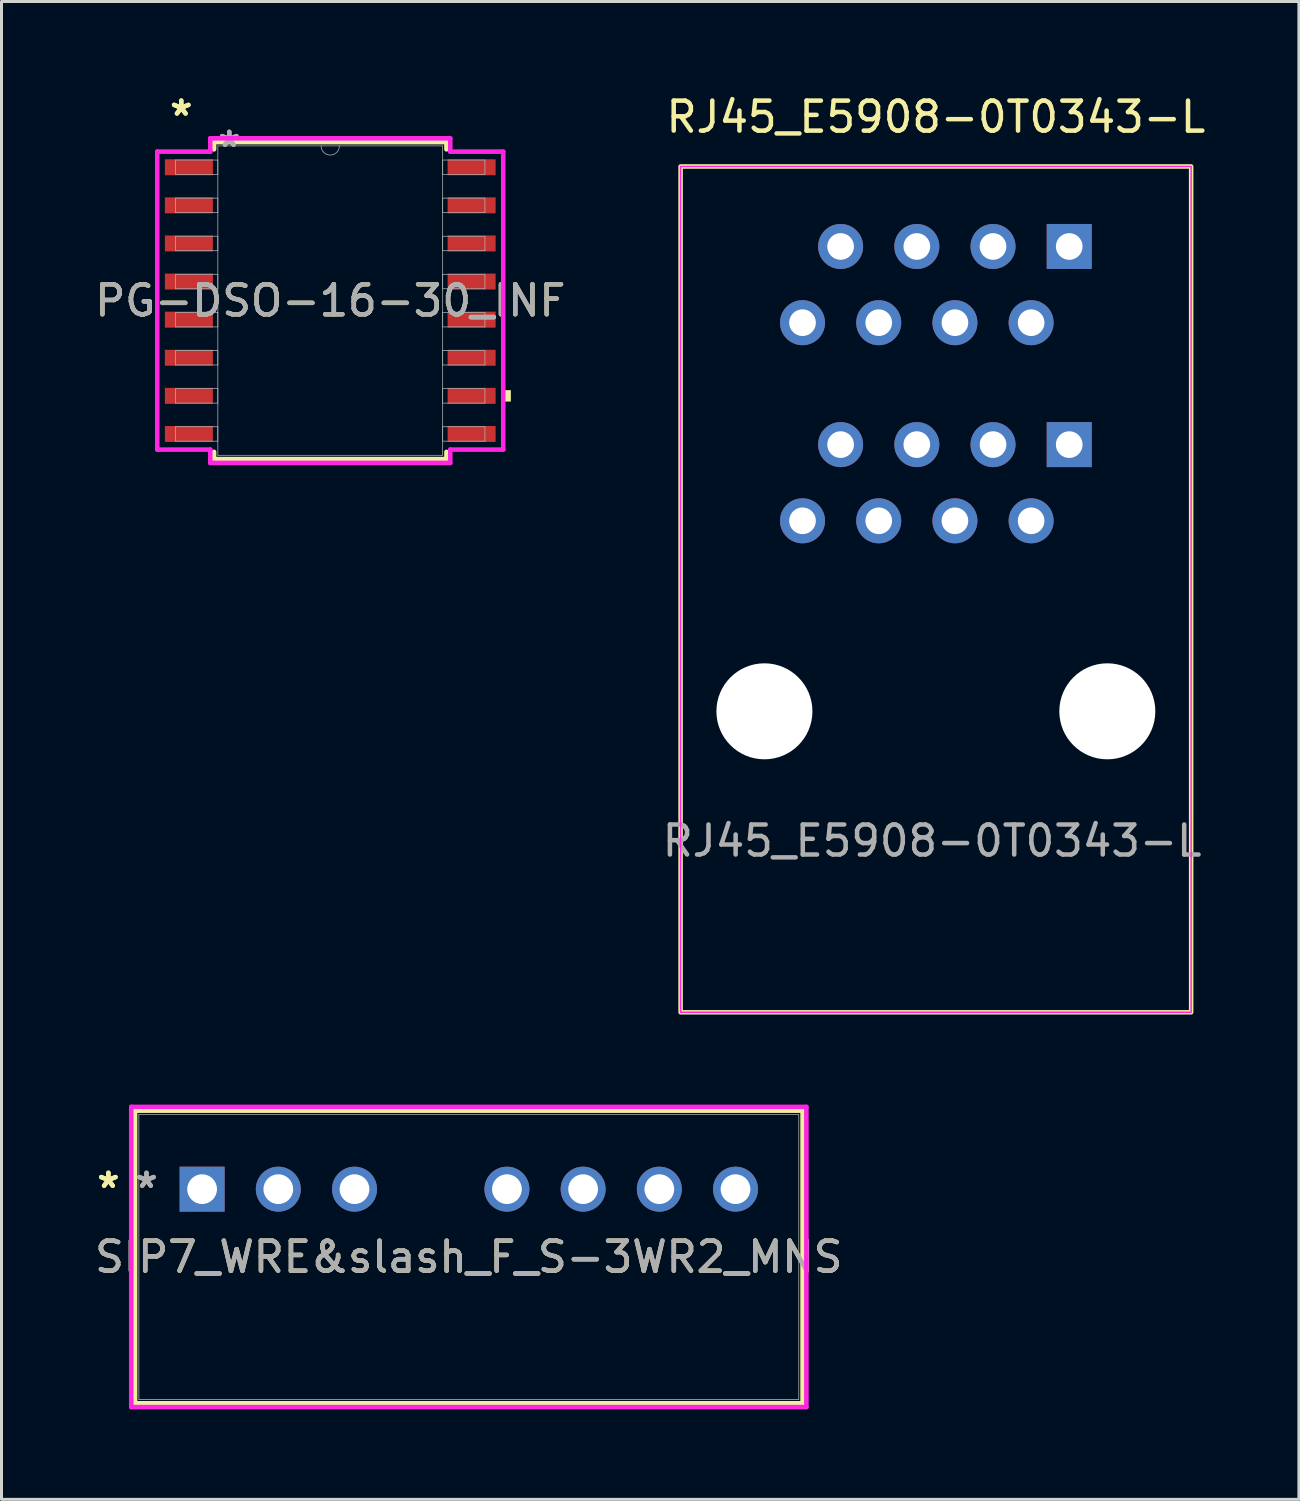
<source format=kicad_pcb>
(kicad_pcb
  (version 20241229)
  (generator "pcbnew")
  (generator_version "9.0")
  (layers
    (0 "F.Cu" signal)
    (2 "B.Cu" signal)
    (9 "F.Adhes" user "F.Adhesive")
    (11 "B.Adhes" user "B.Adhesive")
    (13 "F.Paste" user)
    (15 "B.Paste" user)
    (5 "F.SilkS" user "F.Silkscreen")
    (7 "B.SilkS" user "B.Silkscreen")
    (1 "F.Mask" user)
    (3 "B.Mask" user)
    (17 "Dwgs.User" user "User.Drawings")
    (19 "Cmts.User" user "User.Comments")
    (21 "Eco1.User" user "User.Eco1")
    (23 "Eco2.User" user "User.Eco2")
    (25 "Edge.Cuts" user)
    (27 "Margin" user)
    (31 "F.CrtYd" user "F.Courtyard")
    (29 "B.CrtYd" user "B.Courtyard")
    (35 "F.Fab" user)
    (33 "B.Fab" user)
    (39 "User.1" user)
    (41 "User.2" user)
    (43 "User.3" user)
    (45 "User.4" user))
  (footprint "RJ45_E5908-0T0343-L"
    (layer "F.Cu")
    (at 28.145 20.66)
    (property "Reference" "RJ45_E5908-0T0343-L" (at 0 -19.812 0) (layer "F.SilkS") (effects (font (size 1 1) (thickness 0.15))))
    (attr through_hole)
    (fp_rect (start -8.509 -18.161) (end 8.509 10.033) (stroke (width 0.15) (type default)) (fill no) (layer "F.SilkS"))
    (fp_rect (start -8.509 -18.161) (end 8.509 10.033) (stroke (width 0.05) (type default)) (fill no) (layer "F.CrtYd"))
    (fp_text user "${REFERENCE}" (at -0.127 4.318 0) (layer "F.Fab") (effects (font (size 1 1) (thickness 0.15))))
    (pad "" np_thru_hole circle (at -5.715 0) (size 3.2 3.2) (drill 3.2) (layers "*.Cu" "*.Mask"))
    (pad "" np_thru_hole circle (at 5.715 0) (size 3.2 3.2) (drill 3.2) (layers "*.Cu" "*.Mask"))
    (pad "1" thru_hole circle (at -4.445 -12.954) (size 1.5 1.5) (drill 0.89) (layers "*.Cu" "*.Mask"))
    (pad "1" thru_hole circle (at -4.445 -6.35) (size 1.5 1.5) (drill 0.89) (layers "*.Cu" "*.Mask"))
    (pad "2" thru_hole circle (at -3.175 -15.494) (size 1.5 1.5) (drill 0.89) (layers "*.Cu" "*.Mask"))
    (pad "2" thru_hole circle (at -3.175 -8.89) (size 1.5 1.5) (drill 0.89) (layers "*.Cu" "*.Mask"))
    (pad "3" thru_hole circle (at -1.905 -12.954) (size 1.5 1.5) (drill 0.89) (layers "*.Cu" "*.Mask"))
    (pad "3" thru_hole circle (at -1.905 -6.35) (size 1.5 1.5) (drill 0.89) (layers "*.Cu" "*.Mask"))
    (pad "4" thru_hole circle (at -0.635 -15.494) (size 1.5 1.5) (drill 0.89) (layers "*.Cu" "*.Mask"))
    (pad "4" thru_hole circle (at -0.635 -8.89) (size 1.5 1.5) (drill 0.89) (layers "*.Cu" "*.Mask"))
    (pad "5" thru_hole circle (at 0.635 -12.954) (size 1.5 1.5) (drill 0.89) (layers "*.Cu" "*.Mask"))
    (pad "5" thru_hole circle (at 0.635 -6.35) (size 1.5 1.5) (drill 0.89) (layers "*.Cu" "*.Mask"))
    (pad "6" thru_hole circle (at 1.905 -15.494) (size 1.5 1.5) (drill 0.89) (layers "*.Cu" "*.Mask"))
    (pad "6" thru_hole circle (at 1.905 -8.89) (size 1.5 1.5) (drill 0.89) (layers "*.Cu" "*.Mask"))
    (pad "7" thru_hole circle (at 3.175 -12.954) (size 1.5 1.5) (drill 0.89) (layers "*.Cu" "*.Mask"))
    (pad "7" thru_hole circle (at 3.175 -6.35) (size 1.5 1.5) (drill 0.89) (layers "*.Cu" "*.Mask"))
    (pad "8" thru_hole rect (at 4.445 -15.494) (size 1.5 1.5) (drill 0.89) (layers "*.Cu" "*.Mask"))
    (pad "8" thru_hole rect (at 4.445 -8.89) (size 1.5 1.5) (drill 0.89) (layers "*.Cu" "*.Mask")))
  (footprint "PG-DSO-16-30_INF"
    (layer "F.Cu")
    (at 7.958 6.97)
    (property "Reference" "PG-DSO-16-30_INF" (at 0 0 0) (unlocked yes) (layer "F.SilkS") (effects (font (size 1 1) (thickness 0.15))))
    (attr smd)
    (fp_line (start -3.873 -5.283) (end -3.873 -5.042) (stroke (width 0.152) (type solid)) (layer "F.SilkS"))
    (fp_line (start -3.873 5.042) (end -3.873 5.283) (stroke (width 0.152) (type solid)) (layer "F.SilkS"))
    (fp_line (start -3.873 5.283) (end 3.873 5.283) (stroke (width 0.152) (type solid)) (layer "F.SilkS"))
    (fp_line (start 3.873 -5.283) (end -3.873 -5.283) (stroke (width 0.152) (type solid)) (layer "F.SilkS"))
    (fp_line (start 3.873 -5.042) (end 3.873 -5.283) (stroke (width 0.152) (type solid)) (layer "F.SilkS"))
    (fp_line (start 3.873 5.283) (end 3.873 5.042) (stroke (width 0.152) (type solid)) (layer "F.SilkS"))
    (fp_poly (pts (xy 6.02 2.985) (xy 6.02 3.365) (xy 5.766 3.365) (xy 5.766 2.985)) (stroke (width 0) (type solid)) (fill yes) (layer "F.SilkS"))
    (fp_line (start -5.766 -4.966) (end -4 -4.966) (stroke (width 0.152) (type solid)) (layer "F.CrtYd"))
    (fp_line (start -5.766 4.966) (end -5.766 -4.966) (stroke (width 0.152) (type solid)) (layer "F.CrtYd"))
    (fp_line (start -5.766 4.966) (end -4 4.966) (stroke (width 0.152) (type solid)) (layer "F.CrtYd"))
    (fp_line (start -4 -5.41) (end 4 -5.41) (stroke (width 0.152) (type solid)) (layer "F.CrtYd"))
    (fp_line (start -4 -4.966) (end -4 -5.41) (stroke (width 0.152) (type solid)) (layer "F.CrtYd"))
    (fp_line (start -4 5.41) (end -4 4.966) (stroke (width 0.152) (type solid)) (layer "F.CrtYd"))
    (fp_line (start 4 -5.41) (end 4 -4.966) (stroke (width 0.152) (type solid)) (layer "F.CrtYd"))
    (fp_line (start 4 4.966) (end 4 5.41) (stroke (width 0.152) (type solid)) (layer "F.CrtYd"))
    (fp_line (start 4 5.41) (end -4 5.41) (stroke (width 0.152) (type solid)) (layer "F.CrtYd"))
    (fp_line (start 5.766 -4.966) (end 4 -4.966) (stroke (width 0.152) (type solid)) (layer "F.CrtYd"))
    (fp_line (start 5.766 -4.966) (end 5.766 4.966) (stroke (width 0.152) (type solid)) (layer "F.CrtYd"))
    (fp_line (start 5.766 4.966) (end 4 4.966) (stroke (width 0.152) (type solid)) (layer "F.CrtYd"))
    (fp_line (start -5.156 -4.686) (end -5.156 -4.204) (stroke (width 0.025) (type solid)) (layer "F.Fab"))
    (fp_line (start -5.156 -4.204) (end -3.747 -4.204) (stroke (width 0.025) (type solid)) (layer "F.Fab"))
    (fp_line (start -5.156 -3.416) (end -5.156 -2.934) (stroke (width 0.025) (type solid)) (layer "F.Fab"))
    (fp_line (start -5.156 -2.934) (end -3.747 -2.934) (stroke (width 0.025) (type solid)) (layer "F.Fab"))
    (fp_line (start -5.156 -2.146) (end -5.156 -1.664) (stroke (width 0.025) (type solid)) (layer "F.Fab"))
    (fp_line (start -5.156 -1.664) (end -3.747 -1.664) (stroke (width 0.025) (type solid)) (layer "F.Fab"))
    (fp_line (start -5.156 -0.876) (end -5.156 -0.394) (stroke (width 0.025) (type solid)) (layer "F.Fab"))
    (fp_line (start -5.156 -0.394) (end -3.747 -0.394) (stroke (width 0.025) (type solid)) (layer "F.Fab"))
    (fp_line (start -5.156 0.394) (end -5.156 0.876) (stroke (width 0.025) (type solid)) (layer "F.Fab"))
    (fp_line (start -5.156 0.876) (end -3.747 0.876) (stroke (width 0.025) (type solid)) (layer "F.Fab"))
    (fp_line (start -5.156 1.664) (end -5.156 2.146) (stroke (width 0.025) (type solid)) (layer "F.Fab"))
    (fp_line (start -5.156 2.146) (end -3.747 2.146) (stroke (width 0.025) (type solid)) (layer "F.Fab"))
    (fp_line (start -5.156 2.934) (end -5.156 3.416) (stroke (width 0.025) (type solid)) (layer "F.Fab"))
    (fp_line (start -5.156 3.416) (end -3.747 3.416) (stroke (width 0.025) (type solid)) (layer "F.Fab"))
    (fp_line (start -5.156 4.204) (end -5.156 4.686) (stroke (width 0.025) (type solid)) (layer "F.Fab"))
    (fp_line (start -5.156 4.686) (end -3.747 4.686) (stroke (width 0.025) (type solid)) (layer "F.Fab"))
    (fp_line (start -3.747 -5.156) (end -3.747 5.156) (stroke (width 0.025) (type solid)) (layer "F.Fab"))
    (fp_line (start -3.747 -4.686) (end -5.156 -4.686) (stroke (width 0.025) (type solid)) (layer "F.Fab"))
    (fp_line (start -3.747 -4.204) (end -3.747 -4.686) (stroke (width 0.025) (type solid)) (layer "F.Fab"))
    (fp_line (start -3.747 -3.416) (end -5.156 -3.416) (stroke (width 0.025) (type solid)) (layer "F.Fab"))
    (fp_line (start -3.747 -2.934) (end -3.747 -3.416) (stroke (width 0.025) (type solid)) (layer "F.Fab"))
    (fp_line (start -3.747 -2.146) (end -5.156 -2.146) (stroke (width 0.025) (type solid)) (layer "F.Fab"))
    (fp_line (start -3.747 -1.664) (end -3.747 -2.146) (stroke (width 0.025) (type solid)) (layer "F.Fab"))
    (fp_line (start -3.747 -0.876) (end -5.156 -0.876) (stroke (width 0.025) (type solid)) (layer "F.Fab"))
    (fp_line (start -3.747 -0.394) (end -3.747 -0.876) (stroke (width 0.025) (type solid)) (layer "F.Fab"))
    (fp_line (start -3.747 0.394) (end -5.156 0.394) (stroke (width 0.025) (type solid)) (layer "F.Fab"))
    (fp_line (start -3.747 0.876) (end -3.747 0.394) (stroke (width 0.025) (type solid)) (layer "F.Fab"))
    (fp_line (start -3.747 1.664) (end -5.156 1.664) (stroke (width 0.025) (type solid)) (layer "F.Fab"))
    (fp_line (start -3.747 2.146) (end -3.747 1.664) (stroke (width 0.025) (type solid)) (layer "F.Fab"))
    (fp_line (start -3.747 2.934) (end -5.156 2.934) (stroke (width 0.025) (type solid)) (layer "F.Fab"))
    (fp_line (start -3.747 3.416) (end -3.747 2.934) (stroke (width 0.025) (type solid)) (layer "F.Fab"))
    (fp_line (start -3.747 4.204) (end -5.156 4.204) (stroke (width 0.025) (type solid)) (layer "F.Fab"))
    (fp_line (start -3.747 4.686) (end -3.747 4.204) (stroke (width 0.025) (type solid)) (layer "F.Fab"))
    (fp_line (start -3.747 5.156) (end 3.747 5.156) (stroke (width 0.025) (type solid)) (layer "F.Fab"))
    (fp_line (start 3.747 -5.156) (end -3.747 -5.156) (stroke (width 0.025) (type solid)) (layer "F.Fab"))
    (fp_line (start 3.747 -4.686) (end 3.747 -4.204) (stroke (width 0.025) (type solid)) (layer "F.Fab"))
    (fp_line (start 3.747 -4.204) (end 5.156 -4.204) (stroke (width 0.025) (type solid)) (layer "F.Fab"))
    (fp_line (start 3.747 -3.416) (end 3.747 -2.934) (stroke (width 0.025) (type solid)) (layer "F.Fab"))
    (fp_line (start 3.747 -2.934) (end 5.156 -2.934) (stroke (width 0.025) (type solid)) (layer "F.Fab"))
    (fp_line (start 3.747 -2.146) (end 3.747 -1.664) (stroke (width 0.025) (type solid)) (layer "F.Fab"))
    (fp_line (start 3.747 -1.664) (end 5.156 -1.664) (stroke (width 0.025) (type solid)) (layer "F.Fab"))
    (fp_line (start 3.747 -0.876) (end 3.747 -0.394) (stroke (width 0.025) (type solid)) (layer "F.Fab"))
    (fp_line (start 3.747 -0.394) (end 5.156 -0.394) (stroke (width 0.025) (type solid)) (layer "F.Fab"))
    (fp_line (start 3.747 0.394) (end 3.747 0.876) (stroke (width 0.025) (type solid)) (layer "F.Fab"))
    (fp_line (start 3.747 0.876) (end 5.156 0.876) (stroke (width 0.025) (type solid)) (layer "F.Fab"))
    (fp_line (start 3.747 1.664) (end 3.747 2.146) (stroke (width 0.025) (type solid)) (layer "F.Fab"))
    (fp_line (start 3.747 2.146) (end 5.156 2.146) (stroke (width 0.025) (type solid)) (layer "F.Fab"))
    (fp_line (start 3.747 2.934) (end 3.747 3.416) (stroke (width 0.025) (type solid)) (layer "F.Fab"))
    (fp_line (start 3.747 3.416) (end 5.156 3.416) (stroke (width 0.025) (type solid)) (layer "F.Fab"))
    (fp_line (start 3.747 4.204) (end 3.747 4.686) (stroke (width 0.025) (type solid)) (layer "F.Fab"))
    (fp_line (start 3.747 4.686) (end 5.156 4.686) (stroke (width 0.025) (type solid)) (layer "F.Fab"))
    (fp_line (start 3.747 5.156) (end 3.747 -5.156) (stroke (width 0.025) (type solid)) (layer "F.Fab"))
    (fp_line (start 5.156 -4.686) (end 3.747 -4.686) (stroke (width 0.025) (type solid)) (layer "F.Fab"))
    (fp_line (start 5.156 -4.204) (end 5.156 -4.686) (stroke (width 0.025) (type solid)) (layer "F.Fab"))
    (fp_line (start 5.156 -3.416) (end 3.747 -3.416) (stroke (width 0.025) (type solid)) (layer "F.Fab"))
    (fp_line (start 5.156 -2.934) (end 5.156 -3.416) (stroke (width 0.025) (type solid)) (layer "F.Fab"))
    (fp_line (start 5.156 -2.146) (end 3.747 -2.146) (stroke (width 0.025) (type solid)) (layer "F.Fab"))
    (fp_line (start 5.156 -1.664) (end 5.156 -2.146) (stroke (width 0.025) (type solid)) (layer "F.Fab"))
    (fp_line (start 5.156 -0.876) (end 3.747 -0.876) (stroke (width 0.025) (type solid)) (layer "F.Fab"))
    (fp_line (start 5.156 -0.394) (end 5.156 -0.876) (stroke (width 0.025) (type solid)) (layer "F.Fab"))
    (fp_line (start 5.156 0.394) (end 3.747 0.394) (stroke (width 0.025) (type solid)) (layer "F.Fab"))
    (fp_line (start 5.156 0.876) (end 5.156 0.394) (stroke (width 0.025) (type solid)) (layer "F.Fab"))
    (fp_line (start 5.156 1.664) (end 3.747 1.664) (stroke (width 0.025) (type solid)) (layer "F.Fab"))
    (fp_line (start 5.156 2.146) (end 5.156 1.664) (stroke (width 0.025) (type solid)) (layer "F.Fab"))
    (fp_line (start 5.156 2.934) (end 3.747 2.934) (stroke (width 0.025) (type solid)) (layer "F.Fab"))
    (fp_line (start 5.156 3.416) (end 5.156 2.934) (stroke (width 0.025) (type solid)) (layer "F.Fab"))
    (fp_line (start 5.156 4.204) (end 3.747 4.204) (stroke (width 0.025) (type solid)) (layer "F.Fab"))
    (fp_line (start 5.156 4.686) (end 5.156 4.204) (stroke (width 0.025) (type solid)) (layer "F.Fab"))
    (fp_arc (start 0.3048 -5.1562) (mid 0 -4.8514) (end -0.3048 -5.1562) (stroke (width 0.0254) (type solid)) (layer "F.Fab"))
    (fp_text user "*" (at -4.966 -6.121 0) (layer "F.SilkS") (effects (font (size 1 1) (thickness 0.15))))
    (fp_text user "*" (at -4.966 -6.121 0) (unlocked yes) (layer "F.SilkS") (effects (font (size 1 1) (thickness 0.15))))
    (fp_text user "*" (at -3.365 -5.08 0) (layer "F.Fab") (effects (font (size 1 1) (thickness 0.15))))
    (fp_text user "*" (at -3.365 -5.08 0) (unlocked yes) (layer "F.Fab") (effects (font (size 1 1) (thickness 0.15))))
    (fp_text user "${REFERENCE}" (at 0 0 0) (unlocked yes) (layer "F.Fab") (effects (font (size 1 1) (thickness 0.15))))
    (pad "1" smd rect (at -4.712 -4.445) (size 1.6 0.533) (layers "F.Cu" "F.Mask" "F.Paste"))
    (pad "2" smd rect (at -4.712 -3.175) (size 1.6 0.533) (layers "F.Cu" "F.Mask" "F.Paste"))
    (pad "3" smd rect (at -4.712 -1.905) (size 1.6 0.533) (layers "F.Cu" "F.Mask" "F.Paste"))
    (pad "4" smd rect (at -4.712 -0.635) (size 1.6 0.533) (layers "F.Cu" "F.Mask" "F.Paste"))
    (pad "5" smd rect (at -4.712 0.635) (size 1.6 0.533) (layers "F.Cu" "F.Mask" "F.Paste"))
    (pad "6" smd rect (at -4.712 1.905) (size 1.6 0.533) (layers "F.Cu" "F.Mask" "F.Paste"))
    (pad "7" smd rect (at -4.712 3.175) (size 1.6 0.533) (layers "F.Cu" "F.Mask" "F.Paste"))
    (pad "8" smd rect (at -4.712 4.445) (size 1.6 0.533) (layers "F.Cu" "F.Mask" "F.Paste"))
    (pad "9" smd rect (at 4.712 4.445) (size 1.6 0.533) (layers "F.Cu" "F.Mask" "F.Paste"))
    (pad "10" smd rect (at 4.712 3.175) (size 1.6 0.533) (layers "F.Cu" "F.Mask" "F.Paste"))
    (pad "11" smd rect (at 4.712 1.905) (size 1.6 0.533) (layers "F.Cu" "F.Mask" "F.Paste"))
    (pad "12" smd rect (at 4.712 0.635) (size 1.6 0.533) (layers "F.Cu" "F.Mask" "F.Paste"))
    (pad "13" smd rect (at 4.712 -0.635) (size 1.6 0.533) (layers "F.Cu" "F.Mask" "F.Paste"))
    (pad "14" smd rect (at 4.712 -1.905) (size 1.6 0.533) (layers "F.Cu" "F.Mask" "F.Paste"))
    (pad "15" smd rect (at 4.712 -3.175) (size 1.6 0.533) (layers "F.Cu" "F.Mask" "F.Paste"))
    (pad "16" smd rect (at 4.712 -4.445) (size 1.6 0.533) (layers "F.Cu" "F.Mask" "F.Paste")))
  (footprint "SIP7_WRE&slash_F_S-3WR2_MNS"
    (layer "F.Cu")
    (at 3.687 36.588)
    (property "Reference" "SIP7_WRE&slash_F_S-3WR2_MNS" (at 8.89 2.261 0) (unlocked yes) (layer "F.SilkS") (effects (font (size 1 1) (thickness 0.15))))
    (attr through_hole)
    (fp_line (start -2.235 -2.616) (end -2.235 7.137) (stroke (width 0.152) (type solid)) (layer "F.SilkS"))
    (fp_line (start -2.235 7.137) (end 20.015 7.137) (stroke (width 0.152) (type solid)) (layer "F.SilkS"))
    (fp_line (start 20.015 -2.616) (end -2.235 -2.616) (stroke (width 0.152) (type solid)) (layer "F.SilkS"))
    (fp_line (start 20.015 7.137) (end 20.015 -2.616) (stroke (width 0.152) (type solid)) (layer "F.SilkS"))
    (fp_line (start -2.362 -2.743) (end 20.142 -2.743) (stroke (width 0.152) (type solid)) (layer "F.CrtYd"))
    (fp_line (start -2.362 7.264) (end -2.362 -2.743) (stroke (width 0.152) (type solid)) (layer "F.CrtYd"))
    (fp_line (start 20.142 -2.743) (end 20.142 7.264) (stroke (width 0.152) (type solid)) (layer "F.CrtYd"))
    (fp_line (start 20.142 7.264) (end -2.362 7.264) (stroke (width 0.152) (type solid)) (layer "F.CrtYd"))
    (fp_line (start -2.108 -2.489) (end -2.108 7.01) (stroke (width 0.025) (type solid)) (layer "F.Fab"))
    (fp_line (start -2.108 7.01) (end 19.888 7.01) (stroke (width 0.025) (type solid)) (layer "F.Fab"))
    (fp_line (start 19.888 -2.489) (end -2.108 -2.489) (stroke (width 0.025) (type solid)) (layer "F.Fab"))
    (fp_line (start 19.888 7.01) (end 19.888 -2.489) (stroke (width 0.025) (type solid)) (layer "F.Fab"))
    (fp_text user "*" (at -3.124 0 0) (unlocked yes) (layer "F.SilkS") (effects (font (size 1 1) (thickness 0.15))))
    (fp_text user "*" (at -3.124 0 0) (layer "F.SilkS") (effects (font (size 1 1) (thickness 0.15))))
    (fp_text user "*" (at -1.854 0 0) (layer "F.Fab") (effects (font (size 1 1) (thickness 0.15))))
    (fp_text user "*" (at -1.854 0 0) (unlocked yes) (layer "F.Fab") (effects (font (size 1 1) (thickness 0.15))))
    (fp_text user "${REFERENCE}" (at 8.89 2.261 0) (unlocked yes) (layer "F.Fab") (effects (font (size 1 1) (thickness 0.15))))
    (pad "1" thru_hole rect (at 0 0) (size 1.499 1.499) (drill 0.991) (layers "*.Cu" "*.Mask"))
    (pad "2" thru_hole circle (at 2.54 0) (size 1.499 1.499) (drill 0.991) (layers "*.Cu" "*.Mask"))
    (pad "3" thru_hole circle (at 5.08 0) (size 1.499 1.499) (drill 0.991) (layers "*.Cu" "*.Mask"))
    (pad "5" thru_hole circle (at 10.16 0) (size 1.499 1.499) (drill 0.991) (layers "*.Cu" "*.Mask"))
    (pad "6" thru_hole circle (at 12.7 0) (size 1.499 1.499) (drill 0.991) (layers "*.Cu" "*.Mask"))
    (pad "7" thru_hole circle (at 15.24 0) (size 1.499 1.499) (drill 0.991) (layers "*.Cu" "*.Mask"))
    (pad "8" thru_hole circle (at 17.78 0) (size 1.499 1.499) (drill 0.991) (layers "*.Cu" "*.Mask")))
  (gr_rect
    (start -3 -3)
    (end 40.246 46.928)
    (stroke (width 0.1) (type default))
    (fill no)
    (layer "Edge.Cuts")))
</source>
